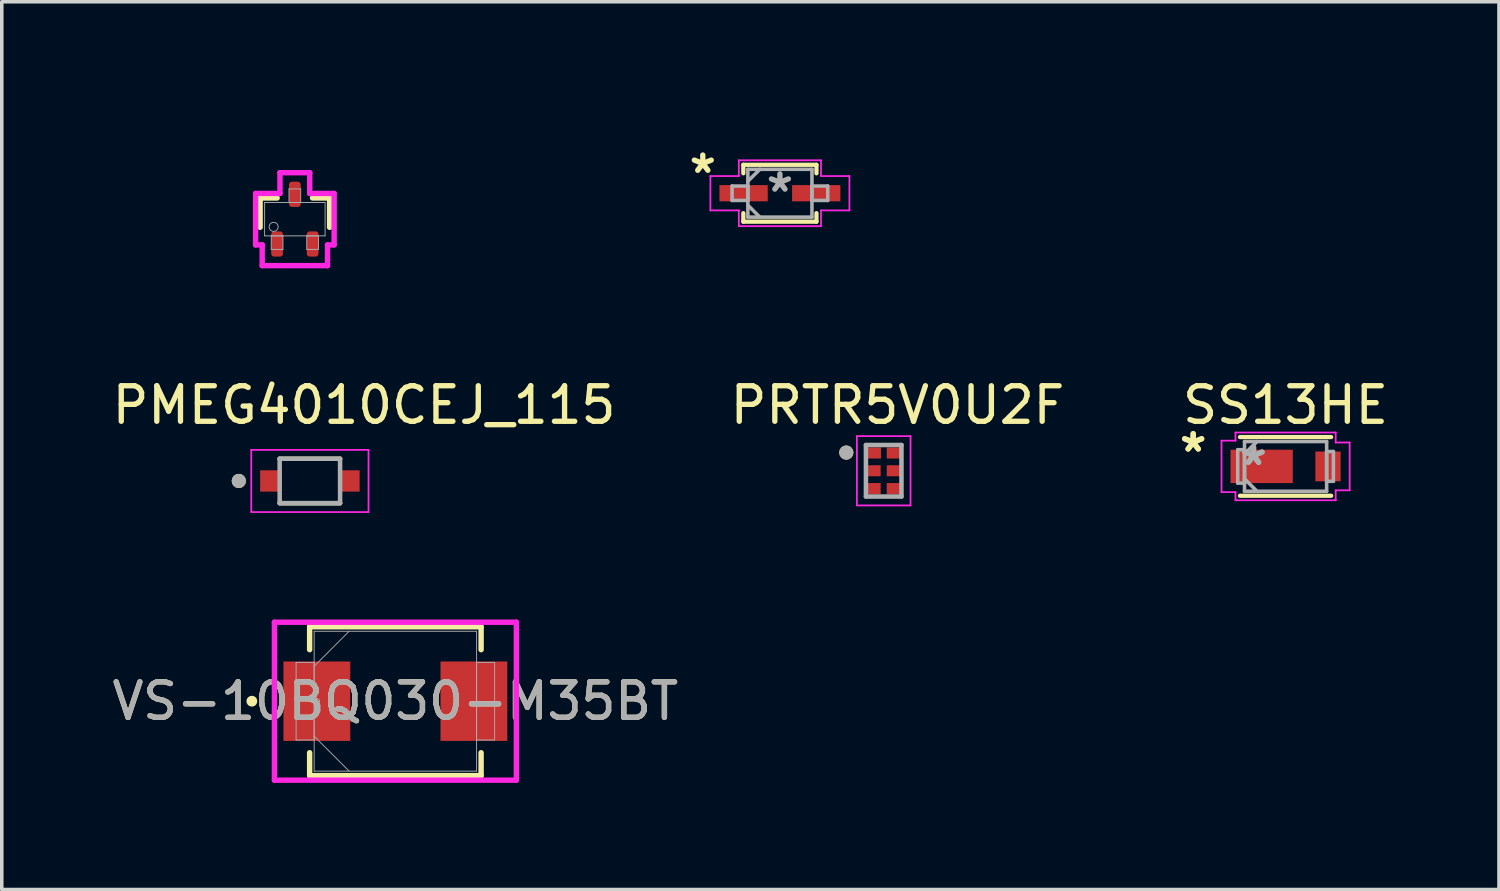
<source format=kicad_pcb>
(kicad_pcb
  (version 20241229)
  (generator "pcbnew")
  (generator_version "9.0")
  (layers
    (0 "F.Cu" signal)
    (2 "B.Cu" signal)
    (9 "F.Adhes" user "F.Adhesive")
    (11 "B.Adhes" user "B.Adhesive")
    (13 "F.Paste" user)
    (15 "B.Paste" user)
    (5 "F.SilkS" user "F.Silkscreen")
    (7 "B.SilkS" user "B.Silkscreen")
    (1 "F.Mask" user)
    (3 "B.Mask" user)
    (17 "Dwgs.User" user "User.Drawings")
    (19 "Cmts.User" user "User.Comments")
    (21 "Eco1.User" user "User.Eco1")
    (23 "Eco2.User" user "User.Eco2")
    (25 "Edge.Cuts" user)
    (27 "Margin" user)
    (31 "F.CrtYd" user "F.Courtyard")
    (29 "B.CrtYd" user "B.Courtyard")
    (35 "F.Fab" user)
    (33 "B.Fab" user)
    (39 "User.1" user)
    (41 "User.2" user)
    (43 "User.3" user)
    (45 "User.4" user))
  (footprint "PMEG2020AEA"
    (layer "F.Cu")
    (at 18.899 2.388)
    (property "Reference" "PMEG2020AEA" (at 0 -1.54 0) (layer "User.2") (effects (font (size 1 1) (thickness 0.15))))
    (attr smd)
    (fp_line (start -1.029 -0.8) (end -1.029 -0.561) (stroke (width 0.12) (type solid)) (layer "F.SilkS"))
    (fp_line (start -1.029 0.561) (end -1.029 0.8) (stroke (width 0.12) (type solid)) (layer "F.SilkS"))
    (fp_line (start -1.029 0.8) (end 1.029 0.8) (stroke (width 0.12) (type solid)) (layer "F.SilkS"))
    (fp_line (start 1.029 -0.8) (end -1.029 -0.8) (stroke (width 0.12) (type solid)) (layer "F.SilkS"))
    (fp_line (start 1.029 -0.561) (end 1.029 -0.8) (stroke (width 0.12) (type solid)) (layer "F.SilkS"))
    (fp_line (start 1.029 0.8) (end 1.029 0.561) (stroke (width 0.12) (type solid)) (layer "F.SilkS"))
    (fp_line (start -1.956 -0.483) (end -1.156 -0.483) (stroke (width 0.05) (type solid)) (layer "F.CrtYd"))
    (fp_line (start -1.956 0.483) (end -1.956 -0.483) (stroke (width 0.05) (type solid)) (layer "F.CrtYd"))
    (fp_line (start -1.156 -0.927) (end 1.156 -0.927) (stroke (width 0.05) (type solid)) (layer "F.CrtYd"))
    (fp_line (start -1.156 -0.483) (end -1.156 -0.927) (stroke (width 0.05) (type solid)) (layer "F.CrtYd"))
    (fp_line (start -1.156 0.483) (end -1.956 0.483) (stroke (width 0.05) (type solid)) (layer "F.CrtYd"))
    (fp_line (start -1.156 0.927) (end -1.156 0.483) (stroke (width 0.05) (type solid)) (layer "F.CrtYd"))
    (fp_line (start 1.156 -0.927) (end 1.156 -0.483) (stroke (width 0.05) (type solid)) (layer "F.CrtYd"))
    (fp_line (start 1.156 -0.483) (end 1.956 -0.483) (stroke (width 0.05) (type solid)) (layer "F.CrtYd"))
    (fp_line (start 1.156 0.483) (end 1.156 0.927) (stroke (width 0.05) (type solid)) (layer "F.CrtYd"))
    (fp_line (start 1.156 0.927) (end -1.156 0.927) (stroke (width 0.05) (type solid)) (layer "F.CrtYd"))
    (fp_line (start 1.956 -0.483) (end 1.956 0.483) (stroke (width 0.05) (type solid)) (layer "F.CrtYd"))
    (fp_line (start 1.956 0.483) (end 1.156 0.483) (stroke (width 0.05) (type solid)) (layer "F.CrtYd"))
    (fp_line (start -1.346 -0.203) (end -1.346 0.203) (stroke (width 0.1) (type solid)) (layer "F.Fab"))
    (fp_line (start -1.346 0.203) (end -0.902 0.203) (stroke (width 0.1) (type solid)) (layer "F.Fab"))
    (fp_line (start -0.902 -0.673) (end -0.902 0.673) (stroke (width 0.1) (type solid)) (layer "F.Fab"))
    (fp_line (start -0.902 -0.337) (end -0.565 -0.673) (stroke (width 0.1) (type solid)) (layer "F.Fab"))
    (fp_line (start -0.902 -0.203) (end -1.346 -0.203) (stroke (width 0.1) (type solid)) (layer "F.Fab"))
    (fp_line (start -0.902 0.203) (end -0.902 -0.203) (stroke (width 0.1) (type solid)) (layer "F.Fab"))
    (fp_line (start -0.902 0.337) (end -0.565 0.673) (stroke (width 0.1) (type solid)) (layer "F.Fab"))
    (fp_line (start -0.902 0.673) (end 0.902 0.673) (stroke (width 0.1) (type solid)) (layer "F.Fab"))
    (fp_line (start 0.902 -0.673) (end -0.902 -0.673) (stroke (width 0.1) (type solid)) (layer "F.Fab"))
    (fp_line (start 0.902 -0.203) (end 0.902 0.203) (stroke (width 0.1) (type solid)) (layer "F.Fab"))
    (fp_line (start 0.902 0.203) (end 1.346 0.203) (stroke (width 0.1) (type solid)) (layer "F.Fab"))
    (fp_line (start 0.902 0.673) (end 0.902 -0.673) (stroke (width 0.1) (type solid)) (layer "F.Fab"))
    (fp_line (start 1.346 -0.203) (end 0.902 -0.203) (stroke (width 0.1) (type solid)) (layer "F.Fab"))
    (fp_line (start 1.346 0.203) (end 1.346 -0.203) (stroke (width 0.1) (type solid)) (layer "F.Fab"))
    (fp_text user "*" (at -2.17 -0.53 0) (layer "F.SilkS") (effects (font (size 1 1) (thickness 0.15))))
    (fp_text user "*" (at 0 0 0) (layer "Cmts.User") (effects (font (size 0.127 0.127) (thickness 0.002))))
    (fp_text user "*" (at 0 0 0) (layer "F.Fab") (effects (font (size 1 1) (thickness 0.15))))
    (pad "1" smd rect (at -1.022 0) (size 1.359 0.457) (layers "F.Cu" "F.Mask" "F.Paste"))
    (pad "2" smd rect (at 1.022 0) (size 1.359 0.457) (layers "F.Cu" "F.Mask" "F.Paste")))
  (footprint "VS-10BQ030-M35BT"
    (layer "F.Cu")
    (at 8.077 16.684)
    (property "Reference" "VS-10BQ030-M35BT" (at 0 0 0) (unlocked yes) (layer "F.SilkS") (effects (font (size 1 1) (thickness 0.15))))
    (attr smd)
    (fp_line (start -2.413 -2.095) (end -2.413 -1.45) (stroke (width 0.152) (type solid)) (layer "F.SilkS"))
    (fp_line (start -2.413 1.45) (end -2.413 2.095) (stroke (width 0.152) (type solid)) (layer "F.SilkS"))
    (fp_line (start -2.413 2.095) (end 2.413 2.095) (stroke (width 0.152) (type solid)) (layer "F.SilkS"))
    (fp_line (start 2.413 -2.095) (end -2.413 -2.095) (stroke (width 0.152) (type solid)) (layer "F.SilkS"))
    (fp_line (start 2.413 -1.45) (end 2.413 -2.095) (stroke (width 0.152) (type solid)) (layer "F.SilkS"))
    (fp_line (start 2.413 2.095) (end 2.413 1.45) (stroke (width 0.152) (type solid)) (layer "F.SilkS"))
    (fp_circle (center -4.039 0) (end -3.962 0) (stroke (width 0.152) (type solid)) (fill no) (layer "F.SilkS"))
    (fp_line (start -3.404 -2.223) (end 3.404 -2.223) (stroke (width 0.152) (type solid)) (layer "F.CrtYd"))
    (fp_line (start -3.404 2.223) (end -3.404 -2.223) (stroke (width 0.152) (type solid)) (layer "F.CrtYd"))
    (fp_line (start 3.404 -2.223) (end 3.404 2.223) (stroke (width 0.152) (type solid)) (layer "F.CrtYd"))
    (fp_line (start 3.404 2.223) (end -3.404 2.223) (stroke (width 0.152) (type solid)) (layer "F.CrtYd"))
    (fp_line (start -2.794 -1.092) (end -2.794 1.092) (stroke (width 0.025) (type solid)) (layer "F.Fab"))
    (fp_line (start -2.794 1.092) (end -2.286 1.092) (stroke (width 0.025) (type solid)) (layer "F.Fab"))
    (fp_line (start -2.286 -1.968) (end -2.286 1.968) (stroke (width 0.025) (type solid)) (layer "F.Fab"))
    (fp_line (start -2.286 -1.092) (end -2.794 -1.092) (stroke (width 0.025) (type solid)) (layer "F.Fab"))
    (fp_line (start -2.286 -0.984) (end -1.302 -1.968) (stroke (width 0.025) (type solid)) (layer "F.Fab"))
    (fp_line (start -2.286 0.984) (end -1.302 1.968) (stroke (width 0.025) (type solid)) (layer "F.Fab"))
    (fp_line (start -2.286 1.092) (end -2.286 -1.092) (stroke (width 0.025) (type solid)) (layer "F.Fab"))
    (fp_line (start -2.286 1.968) (end 2.286 1.968) (stroke (width 0.025) (type solid)) (layer "F.Fab"))
    (fp_line (start 2.286 -1.968) (end -2.286 -1.968) (stroke (width 0.025) (type solid)) (layer "F.Fab"))
    (fp_line (start 2.286 -1.092) (end 2.286 1.092) (stroke (width 0.025) (type solid)) (layer "F.Fab"))
    (fp_line (start 2.286 1.092) (end 2.794 1.092) (stroke (width 0.025) (type solid)) (layer "F.Fab"))
    (fp_line (start 2.286 1.968) (end 2.286 -1.968) (stroke (width 0.025) (type solid)) (layer "F.Fab"))
    (fp_line (start 2.794 -1.092) (end 2.286 -1.092) (stroke (width 0.025) (type solid)) (layer "F.Fab"))
    (fp_line (start 2.794 1.092) (end 2.794 -1.092) (stroke (width 0.025) (type solid)) (layer "F.Fab"))
    (fp_circle (center -2.21 0) (end -2.134 0) (stroke (width 0.025) (type solid)) (fill no) (layer "F.Fab"))
    (fp_text user "${REFERENCE}" (at 0 0 0) (unlocked yes) (layer "F.Fab") (effects (font (size 1 1) (thickness 0.15))))
    (pad "1" smd rect (at -2.21 0) (size 1.88 2.235) (layers "F.Cu" "F.Mask" "F.Paste"))
    (pad "2" smd rect (at 2.21 0) (size 1.88 2.235) (layers "F.Cu" "F.Mask" "F.Paste"))
    (zone (net_name "") (layer "F.Cu") (hatch full 0.508) (connect_pads) (min_thickness 0.254) (filled_areas_thickness no) (keepout (tracks not_allowed) (vias not_allowed) (pads allowed) (copperpour not_allowed) (footprints allowed)) (placement (enabled no)) (fill) (polygon (pts (xy 6.858 14.767) (xy 9.297 14.767) (xy 9.297 18.602) (xy 6.858 18.602)))))
  (footprint "PRTR5V0U2F"
    (layer "F.Cu")
    (at 21.82 10.199)
    (property "Reference" "PRTR5V0U2F" (at 0.388 -1.848 0) (layer "F.SilkS") (effects (font (size 1 1) (thickness 0.15))))
    (attr through_hole)
    (fp_circle (center -1.052 -0.512) (end -0.952 -0.512) (stroke (width 0.2) (type solid)) (fill no) (layer "F.SilkS"))
    (fp_line (start -0.755 -0.975) (end -0.755 0.975) (stroke (width 0.05) (type solid)) (layer "F.CrtYd"))
    (fp_line (start -0.755 0.975) (end 0.755 0.975) (stroke (width 0.05) (type solid)) (layer "F.CrtYd"))
    (fp_line (start 0.755 -0.975) (end -0.755 -0.975) (stroke (width 0.05) (type solid)) (layer "F.CrtYd"))
    (fp_line (start 0.755 0.975) (end 0.755 -0.975) (stroke (width 0.05) (type solid)) (layer "F.CrtYd"))
    (fp_line (start -0.5 -0.725) (end 0.5 -0.725) (stroke (width 0.127) (type solid)) (layer "F.Fab"))
    (fp_line (start -0.5 0.725) (end -0.5 -0.725) (stroke (width 0.127) (type solid)) (layer "F.Fab"))
    (fp_line (start 0.5 -0.725) (end 0.5 0.725) (stroke (width 0.127) (type solid)) (layer "F.Fab"))
    (fp_line (start 0.5 0.725) (end -0.5 0.725) (stroke (width 0.127) (type solid)) (layer "F.Fab"))
    (fp_circle (center -1.052 -0.512) (end -0.952 -0.512) (stroke (width 0.2) (type solid)) (fill no) (layer "F.Fab"))
    (pad "1" smd rect (at -0.29 -0.5) (size 0.43 0.31) (layers "F.Cu" "F.Mask" "F.Paste"))
    (pad "2" smd rect (at -0.295 0) (size 0.42 0.31) (layers "F.Cu" "F.Mask" "F.Paste"))
    (pad "3" smd rect (at -0.295 0.5) (size 0.42 0.31) (layers "F.Cu" "F.Mask" "F.Paste"))
    (pad "4" smd rect (at 0.295 0.5) (size 0.42 0.31) (layers "F.Cu" "F.Mask" "F.Paste"))
    (pad "5" smd rect (at 0.295 0) (size 0.42 0.31) (layers "F.Cu" "F.Mask" "F.Paste"))
    (pad "6" smd rect (at 0.295 -0.5) (size 0.42 0.31) (layers "F.Cu" "F.Mask" "F.Paste")))
  (footprint "PMEG4010CEJ_115"
    (layer "F.Cu")
    (at 5.671 10.486)
    (property "Reference" "PMEG4010CEJ_115" (at 1.525 -2.135 0) (layer "F.SilkS") (effects (font (size 1 1) (thickness 0.15))))
    (attr smd)
    (fp_line (start -0.85 -0.625) (end 0.85 -0.625) (stroke (width 0.127) (type solid)) (layer "F.SilkS"))
    (fp_line (start 0.85 0.625) (end -0.85 0.625) (stroke (width 0.127) (type solid)) (layer "F.SilkS"))
    (fp_circle (center -2 0) (end -1.9 0) (stroke (width 0.2) (type solid)) (fill no) (layer "F.SilkS"))
    (fp_poly (pts (xy -1.35 -0.25) (xy -0.85 -0.25) (xy -0.85 0.25) (xy -1.35 0.25)) (stroke (width 0.01) (type solid)) (fill yes) (layer "F.Paste"))
    (fp_poly (pts (xy 0.85 -0.25) (xy 1.35 -0.25) (xy 1.35 0.25) (xy 0.85 0.25)) (stroke (width 0.01) (type solid)) (fill yes) (layer "F.Paste"))
    (fp_line (start -1.65 -0.875) (end -1.65 0.875) (stroke (width 0.05) (type solid)) (layer "F.CrtYd"))
    (fp_line (start -1.65 0.875) (end 1.65 0.875) (stroke (width 0.05) (type solid)) (layer "F.CrtYd"))
    (fp_line (start 1.65 -0.875) (end -1.65 -0.875) (stroke (width 0.05) (type solid)) (layer "F.CrtYd"))
    (fp_line (start 1.65 0.875) (end 1.65 -0.875) (stroke (width 0.05) (type solid)) (layer "F.CrtYd"))
    (fp_line (start -0.85 -0.625) (end 0.85 -0.625) (stroke (width 0.127) (type solid)) (layer "F.Fab"))
    (fp_line (start -0.85 0.625) (end -0.85 -0.625) (stroke (width 0.127) (type solid)) (layer "F.Fab"))
    (fp_line (start 0.85 -0.625) (end 0.85 0.625) (stroke (width 0.127) (type solid)) (layer "F.Fab"))
    (fp_line (start 0.85 0.625) (end -0.85 0.625) (stroke (width 0.127) (type solid)) (layer "F.Fab"))
    (fp_circle (center -2 0) (end -1.9 0) (stroke (width 0.2) (type solid)) (fill no) (layer "F.Fab"))
    (pad "1" smd rect (at -1.1 0) (size 0.6 0.6) (layers "F.Cu" "F.Mask"))
    (pad "2" smd rect (at 1.1 0) (size 0.6 0.6) (layers "F.Cu" "F.Mask")))
  (footprint "SS13HE"
    (layer "F.Cu")
    (at 33.13 10.076)
    (property "Reference" "SS13HE" (at 0 -1.725 0) (layer "F.SilkS") (effects (font (size 1 1) (thickness 0.15))))
    (attr smd)
    (fp_line (start -1.283 0.826) (end 1.283 0.826) (stroke (width 0.12) (type solid)) (layer "F.SilkS"))
    (fp_line (start 1.283 -0.826) (end -1.283 -0.826) (stroke (width 0.12) (type solid)) (layer "F.SilkS"))
    (fp_line (start -1.803 -0.724) (end -1.41 -0.724) (stroke (width 0.05) (type solid)) (layer "F.CrtYd"))
    (fp_line (start -1.803 0.724) (end -1.803 -0.724) (stroke (width 0.05) (type solid)) (layer "F.CrtYd"))
    (fp_line (start -1.41 -0.953) (end 1.41 -0.953) (stroke (width 0.05) (type solid)) (layer "F.CrtYd"))
    (fp_line (start -1.41 -0.724) (end -1.41 -0.953) (stroke (width 0.05) (type solid)) (layer "F.CrtYd"))
    (fp_line (start -1.41 0.724) (end -1.803 0.724) (stroke (width 0.05) (type solid)) (layer "F.CrtYd"))
    (fp_line (start -1.41 0.953) (end -1.41 0.724) (stroke (width 0.05) (type solid)) (layer "F.CrtYd"))
    (fp_line (start 1.41 -0.953) (end 1.41 -0.673) (stroke (width 0.05) (type solid)) (layer "F.CrtYd"))
    (fp_line (start 1.41 -0.673) (end 1.803 -0.673) (stroke (width 0.05) (type solid)) (layer "F.CrtYd"))
    (fp_line (start 1.41 0.673) (end 1.41 0.953) (stroke (width 0.05) (type solid)) (layer "F.CrtYd"))
    (fp_line (start 1.41 0.953) (end -1.41 0.953) (stroke (width 0.05) (type solid)) (layer "F.CrtYd"))
    (fp_line (start 1.803 -0.673) (end 1.803 0.673) (stroke (width 0.05) (type solid)) (layer "F.CrtYd"))
    (fp_line (start 1.803 0.673) (end 1.41 0.673) (stroke (width 0.05) (type solid)) (layer "F.CrtYd"))
    (fp_line (start -1.346 -0.47) (end -1.346 0.47) (stroke (width 0.1) (type solid)) (layer "F.Fab"))
    (fp_line (start -1.346 0.47) (end -1.156 0.47) (stroke (width 0.1) (type solid)) (layer "F.Fab"))
    (fp_line (start -1.156 -0.699) (end -1.156 0.699) (stroke (width 0.1) (type solid)) (layer "F.Fab"))
    (fp_line (start -1.156 -0.47) (end -1.346 -0.47) (stroke (width 0.1) (type solid)) (layer "F.Fab"))
    (fp_line (start -1.156 -0.349) (end -0.806 -0.699) (stroke (width 0.1) (type solid)) (layer "F.Fab"))
    (fp_line (start -1.156 0.349) (end -0.806 0.699) (stroke (width 0.1) (type solid)) (layer "F.Fab"))
    (fp_line (start -1.156 0.47) (end -1.156 -0.47) (stroke (width 0.1) (type solid)) (layer "F.Fab"))
    (fp_line (start -1.156 0.699) (end 1.156 0.699) (stroke (width 0.1) (type solid)) (layer "F.Fab"))
    (fp_line (start 1.156 -0.699) (end -1.156 -0.699) (stroke (width 0.1) (type solid)) (layer "F.Fab"))
    (fp_line (start 1.156 -0.419) (end 1.156 0.419) (stroke (width 0.1) (type solid)) (layer "F.Fab"))
    (fp_line (start 1.156 0.419) (end 1.346 0.419) (stroke (width 0.1) (type solid)) (layer "F.Fab"))
    (fp_line (start 1.156 0.699) (end 1.156 -0.699) (stroke (width 0.1) (type solid)) (layer "F.Fab"))
    (fp_line (start 1.346 -0.419) (end 1.156 -0.419) (stroke (width 0.1) (type solid)) (layer "F.Fab"))
    (fp_line (start 1.346 0.419) (end 1.346 -0.419) (stroke (width 0.1) (type solid)) (layer "F.Fab"))
    (fp_text user "*" (at -2.6 -0.375 0) (layer "F.SilkS") (effects (font (size 1 1) (thickness 0.15))))
    (fp_text user "*" (at -2.6 -0.375 0) (layer "F.SilkS") (effects (font (size 1 1) (thickness 0.15))))
    (fp_text user "*" (at -0.902 0 0) (layer "F.Fab") (effects (font (size 1 1) (thickness 0.15))))
    (fp_text user "*" (at -0.902 0 0) (layer "F.Fab") (effects (font (size 1 1) (thickness 0.15))))
    (pad "1" smd rect (at -0.673 0) (size 1.753 0.94) (layers "F.Cu" "F.Mask" "F.Paste"))
    (pad "2" smd rect (at 1.194 0) (size 0.711 0.838) (layers "F.Cu" "F.Mask" "F.Paste")))
  (footprint "NTE4153NT1G"
    (layer "F.Cu")
    (at 5.248 3.118)
    (property "Reference" "NTE4153NT1G" (at 0.02 -2.27 0) (unlocked yes) (layer "User.2") (effects (font (size 1 1) (thickness 0.15))))
    (attr smd)
    (fp_line (start -0.978 -0.597) (end -0.978 0.229) (stroke (width 0.152) (type solid)) (layer "F.SilkS"))
    (fp_line (start -0.498 -0.597) (end -0.978 -0.597) (stroke (width 0.152) (type solid)) (layer "F.SilkS"))
    (fp_line (start 0.978 -0.597) (end 0.498 -0.597) (stroke (width 0.152) (type solid)) (layer "F.SilkS"))
    (fp_line (start 0.978 0.229) (end 0.978 -0.597) (stroke (width 0.152) (type solid)) (layer "F.SilkS"))
    (fp_line (start -1.105 -0.724) (end -0.419 -0.724) (stroke (width 0.152) (type solid)) (layer "F.CrtYd"))
    (fp_line (start -1.105 0.724) (end -1.105 -0.724) (stroke (width 0.152) (type solid)) (layer "F.CrtYd"))
    (fp_line (start -1.105 0.724) (end -0.919 0.724) (stroke (width 0.152) (type solid)) (layer "F.CrtYd"))
    (fp_line (start -0.919 0.724) (end -0.919 1.308) (stroke (width 0.152) (type solid)) (layer "F.CrtYd"))
    (fp_line (start -0.919 1.308) (end 0.919 1.308) (stroke (width 0.152) (type solid)) (layer "F.CrtYd"))
    (fp_line (start -0.419 -1.308) (end 0.419 -1.308) (stroke (width 0.152) (type solid)) (layer "F.CrtYd"))
    (fp_line (start -0.419 -0.724) (end -0.419 -1.308) (stroke (width 0.152) (type solid)) (layer "F.CrtYd"))
    (fp_line (start 0.419 -0.724) (end 0.419 -1.308) (stroke (width 0.152) (type solid)) (layer "F.CrtYd"))
    (fp_line (start 0.919 0.724) (end 0.919 1.308) (stroke (width 0.152) (type solid)) (layer "F.CrtYd"))
    (fp_line (start 1.105 -0.724) (end 0.419 -0.724) (stroke (width 0.152) (type solid)) (layer "F.CrtYd"))
    (fp_line (start 1.105 -0.724) (end 1.105 0.724) (stroke (width 0.152) (type solid)) (layer "F.CrtYd"))
    (fp_line (start 1.105 0.724) (end 0.919 0.724) (stroke (width 0.152) (type solid)) (layer "F.CrtYd"))
    (fp_line (start -0.851 -0.47) (end -0.851 0.47) (stroke (width 0.025) (type solid)) (layer "F.Fab"))
    (fp_line (start -0.851 0.47) (end 0.851 0.47) (stroke (width 0.025) (type solid)) (layer "F.Fab"))
    (fp_line (start -0.665 0.47) (end -0.665 0.851) (stroke (width 0.025) (type solid)) (layer "F.Fab"))
    (fp_line (start -0.665 0.851) (end -0.335 0.851) (stroke (width 0.025) (type solid)) (layer "F.Fab"))
    (fp_line (start -0.335 0.47) (end -0.665 0.47) (stroke (width 0.025) (type solid)) (layer "F.Fab"))
    (fp_line (start -0.335 0.851) (end -0.335 0.47) (stroke (width 0.025) (type solid)) (layer "F.Fab"))
    (fp_line (start -0.165 -0.851) (end -0.165 -0.47) (stroke (width 0.025) (type solid)) (layer "F.Fab"))
    (fp_line (start -0.165 -0.47) (end 0.165 -0.47) (stroke (width 0.025) (type solid)) (layer "F.Fab"))
    (fp_line (start 0.165 -0.851) (end -0.165 -0.851) (stroke (width 0.025) (type solid)) (layer "F.Fab"))
    (fp_line (start 0.165 -0.47) (end 0.165 -0.851) (stroke (width 0.025) (type solid)) (layer "F.Fab"))
    (fp_line (start 0.335 0.47) (end 0.335 0.851) (stroke (width 0.025) (type solid)) (layer "F.Fab"))
    (fp_line (start 0.335 0.851) (end 0.665 0.851) (stroke (width 0.025) (type solid)) (layer "F.Fab"))
    (fp_line (start 0.665 0.47) (end 0.335 0.47) (stroke (width 0.025) (type solid)) (layer "F.Fab"))
    (fp_line (start 0.665 0.851) (end 0.665 0.47) (stroke (width 0.025) (type solid)) (layer "F.Fab"))
    (fp_line (start 0.851 -0.47) (end -0.851 -0.47) (stroke (width 0.025) (type solid)) (layer "F.Fab"))
    (fp_line (start 0.851 0.47) (end 0.851 -0.47) (stroke (width 0.025) (type solid)) (layer "F.Fab"))
    (fp_circle (center -0.597 0.216) (end -0.47 0.216) (stroke (width 0.025) (type solid)) (fill no) (layer "F.Fab"))
    (pad "D" smd roundrect (at 0 -0.699) (size 0.33 0.711) (layers "F.Cu" "F.Mask" "F.Paste") (roundrect_rratio 0.25))
    (pad "G" smd roundrect (at -0.5 0.699) (size 0.33 0.711) (layers "F.Cu" "F.Mask" "F.Paste") (roundrect_rratio 0.25))
    (pad "S" smd roundrect (at 0.5 0.699) (size 0.33 0.711) (layers "F.Cu" "F.Mask" "F.Paste") (roundrect_rratio 0.25)))
  (gr_rect
    (start -3 -3)
    (end 39.136 21.983)
    (stroke (width 0.1) (type default))
    (fill no)
    (layer "Edge.Cuts")))
</source>
